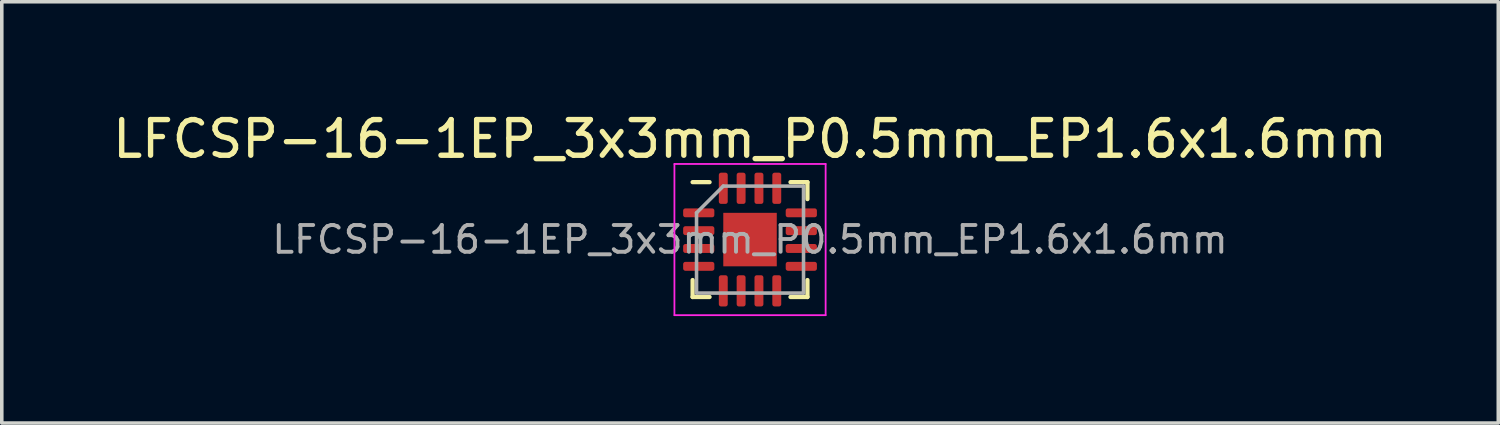
<source format=kicad_pcb>
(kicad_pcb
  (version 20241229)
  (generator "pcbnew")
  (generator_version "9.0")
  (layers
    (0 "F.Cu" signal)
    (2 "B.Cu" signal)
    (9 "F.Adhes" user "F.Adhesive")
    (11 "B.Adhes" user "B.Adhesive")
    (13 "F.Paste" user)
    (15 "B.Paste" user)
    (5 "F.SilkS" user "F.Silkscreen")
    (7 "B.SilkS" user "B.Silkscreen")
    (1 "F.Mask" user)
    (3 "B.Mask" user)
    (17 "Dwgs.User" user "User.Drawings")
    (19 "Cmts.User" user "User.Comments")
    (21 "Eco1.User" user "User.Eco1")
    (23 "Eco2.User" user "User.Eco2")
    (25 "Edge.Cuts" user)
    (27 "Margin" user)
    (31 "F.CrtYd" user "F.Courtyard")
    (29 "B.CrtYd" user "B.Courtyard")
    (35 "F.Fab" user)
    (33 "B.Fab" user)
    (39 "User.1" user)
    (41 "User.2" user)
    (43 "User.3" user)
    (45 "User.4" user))
  (footprint "LFCSP-16-1EP_3x3mm_P0.5mm_EP1.6x1.6mm"
    (layer "F.Cu")
    (at 17.982 3.668)
    (property "Reference" "LFCSP-16-1EP_3x3mm_P0.5mm_EP1.6x1.6mm" (at 0 -2.82 0) (layer "F.SilkS") (effects (font (size 1 1) (thickness 0.15))))
    (attr smd)
    (fp_line (start -1.61 1.61) (end -1.61 1.135) (stroke (width 0.12) (type solid)) (layer "F.SilkS"))
    (fp_line (start -1.135 -1.61) (end -1.61 -1.61) (stroke (width 0.12) (type solid)) (layer "F.SilkS"))
    (fp_line (start -1.135 1.61) (end -1.61 1.61) (stroke (width 0.12) (type solid)) (layer "F.SilkS"))
    (fp_line (start 1.135 -1.61) (end 1.61 -1.61) (stroke (width 0.12) (type solid)) (layer "F.SilkS"))
    (fp_line (start 1.135 1.61) (end 1.61 1.61) (stroke (width 0.12) (type solid)) (layer "F.SilkS"))
    (fp_line (start 1.61 -1.61) (end 1.61 -1.135) (stroke (width 0.12) (type solid)) (layer "F.SilkS"))
    (fp_line (start 1.61 1.61) (end 1.61 1.135) (stroke (width 0.12) (type solid)) (layer "F.SilkS"))
    (fp_line (start -2.12 -2.12) (end -2.12 2.12) (stroke (width 0.05) (type solid)) (layer "F.CrtYd"))
    (fp_line (start -2.12 2.12) (end 2.12 2.12) (stroke (width 0.05) (type solid)) (layer "F.CrtYd"))
    (fp_line (start 2.12 -2.12) (end -2.12 -2.12) (stroke (width 0.05) (type solid)) (layer "F.CrtYd"))
    (fp_line (start 2.12 2.12) (end 2.12 -2.12) (stroke (width 0.05) (type solid)) (layer "F.CrtYd"))
    (fp_line (start -1.5 -0.75) (end -0.75 -1.5) (stroke (width 0.1) (type solid)) (layer "F.Fab"))
    (fp_line (start -1.5 1.5) (end -1.5 -0.75) (stroke (width 0.1) (type solid)) (layer "F.Fab"))
    (fp_line (start -0.75 -1.5) (end 1.5 -1.5) (stroke (width 0.1) (type solid)) (layer "F.Fab"))
    (fp_line (start 1.5 -1.5) (end 1.5 1.5) (stroke (width 0.1) (type solid)) (layer "F.Fab"))
    (fp_line (start 1.5 1.5) (end -1.5 1.5) (stroke (width 0.1) (type solid)) (layer "F.Fab"))
    (fp_text user "${REFERENCE}" (at 0 0 0) (layer "F.Fab") (effects (font (size 0.75 0.75) (thickness 0.11))))
    (pad "" smd roundrect (at -0.4 -0.4) (size 0.64 0.64) (layers "F.Paste") (roundrect_rratio 0.25))
    (pad "" smd roundrect (at -0.4 0.4) (size 0.64 0.64) (layers "F.Paste") (roundrect_rratio 0.25))
    (pad "" smd roundrect (at 0.4 -0.4) (size 0.64 0.64) (layers "F.Paste") (roundrect_rratio 0.25))
    (pad "" smd roundrect (at 0.4 0.4) (size 0.64 0.64) (layers "F.Paste") (roundrect_rratio 0.25))
    (pad "1" smd roundrect (at -1.438 -0.75) (size 0.875 0.25) (layers "F.Cu" "F.Mask" "F.Paste") (roundrect_rratio 0.25))
    (pad "2" smd roundrect (at -1.438 -0.25) (size 0.875 0.25) (layers "F.Cu" "F.Mask" "F.Paste") (roundrect_rratio 0.25))
    (pad "3" smd roundrect (at -1.438 0.25) (size 0.875 0.25) (layers "F.Cu" "F.Mask" "F.Paste") (roundrect_rratio 0.25))
    (pad "4" smd roundrect (at -1.438 0.75) (size 0.875 0.25) (layers "F.Cu" "F.Mask" "F.Paste") (roundrect_rratio 0.25))
    (pad "5" smd roundrect (at -0.75 1.438) (size 0.25 0.875) (layers "F.Cu" "F.Mask" "F.Paste") (roundrect_rratio 0.25))
    (pad "6" smd roundrect (at -0.25 1.438) (size 0.25 0.875) (layers "F.Cu" "F.Mask" "F.Paste") (roundrect_rratio 0.25))
    (pad "7" smd roundrect (at 0.25 1.438) (size 0.25 0.875) (layers "F.Cu" "F.Mask" "F.Paste") (roundrect_rratio 0.25))
    (pad "8" smd roundrect (at 0.75 1.438) (size 0.25 0.875) (layers "F.Cu" "F.Mask" "F.Paste") (roundrect_rratio 0.25))
    (pad "9" smd roundrect (at 1.438 0.75) (size 0.875 0.25) (layers "F.Cu" "F.Mask" "F.Paste") (roundrect_rratio 0.25))
    (pad "10" smd roundrect (at 1.438 0.25) (size 0.875 0.25) (layers "F.Cu" "F.Mask" "F.Paste") (roundrect_rratio 0.25))
    (pad "11" smd roundrect (at 1.438 -0.25) (size 0.875 0.25) (layers "F.Cu" "F.Mask" "F.Paste") (roundrect_rratio 0.25))
    (pad "12" smd roundrect (at 1.438 -0.75) (size 0.875 0.25) (layers "F.Cu" "F.Mask" "F.Paste") (roundrect_rratio 0.25))
    (pad "13" smd roundrect (at 0.75 -1.438) (size 0.25 0.875) (layers "F.Cu" "F.Mask" "F.Paste") (roundrect_rratio 0.25))
    (pad "14" smd roundrect (at 0.25 -1.438) (size 0.25 0.875) (layers "F.Cu" "F.Mask" "F.Paste") (roundrect_rratio 0.25))
    (pad "15" smd roundrect (at -0.25 -1.438) (size 0.25 0.875) (layers "F.Cu" "F.Mask" "F.Paste") (roundrect_rratio 0.25))
    (pad "16" smd roundrect (at -0.75 -1.438) (size 0.25 0.875) (layers "F.Cu" "F.Mask" "F.Paste") (roundrect_rratio 0.25))
    (pad "17" smd rect (at 0 0) (size 1.5 1.5) (layers "F.Cu" "F.Mask")))
  (gr_rect
    (start -3 -3)
    (end 38.964 8.813)
    (stroke (width 0.1) (type default))
    (fill no)
    (layer "Edge.Cuts")))
</source>
